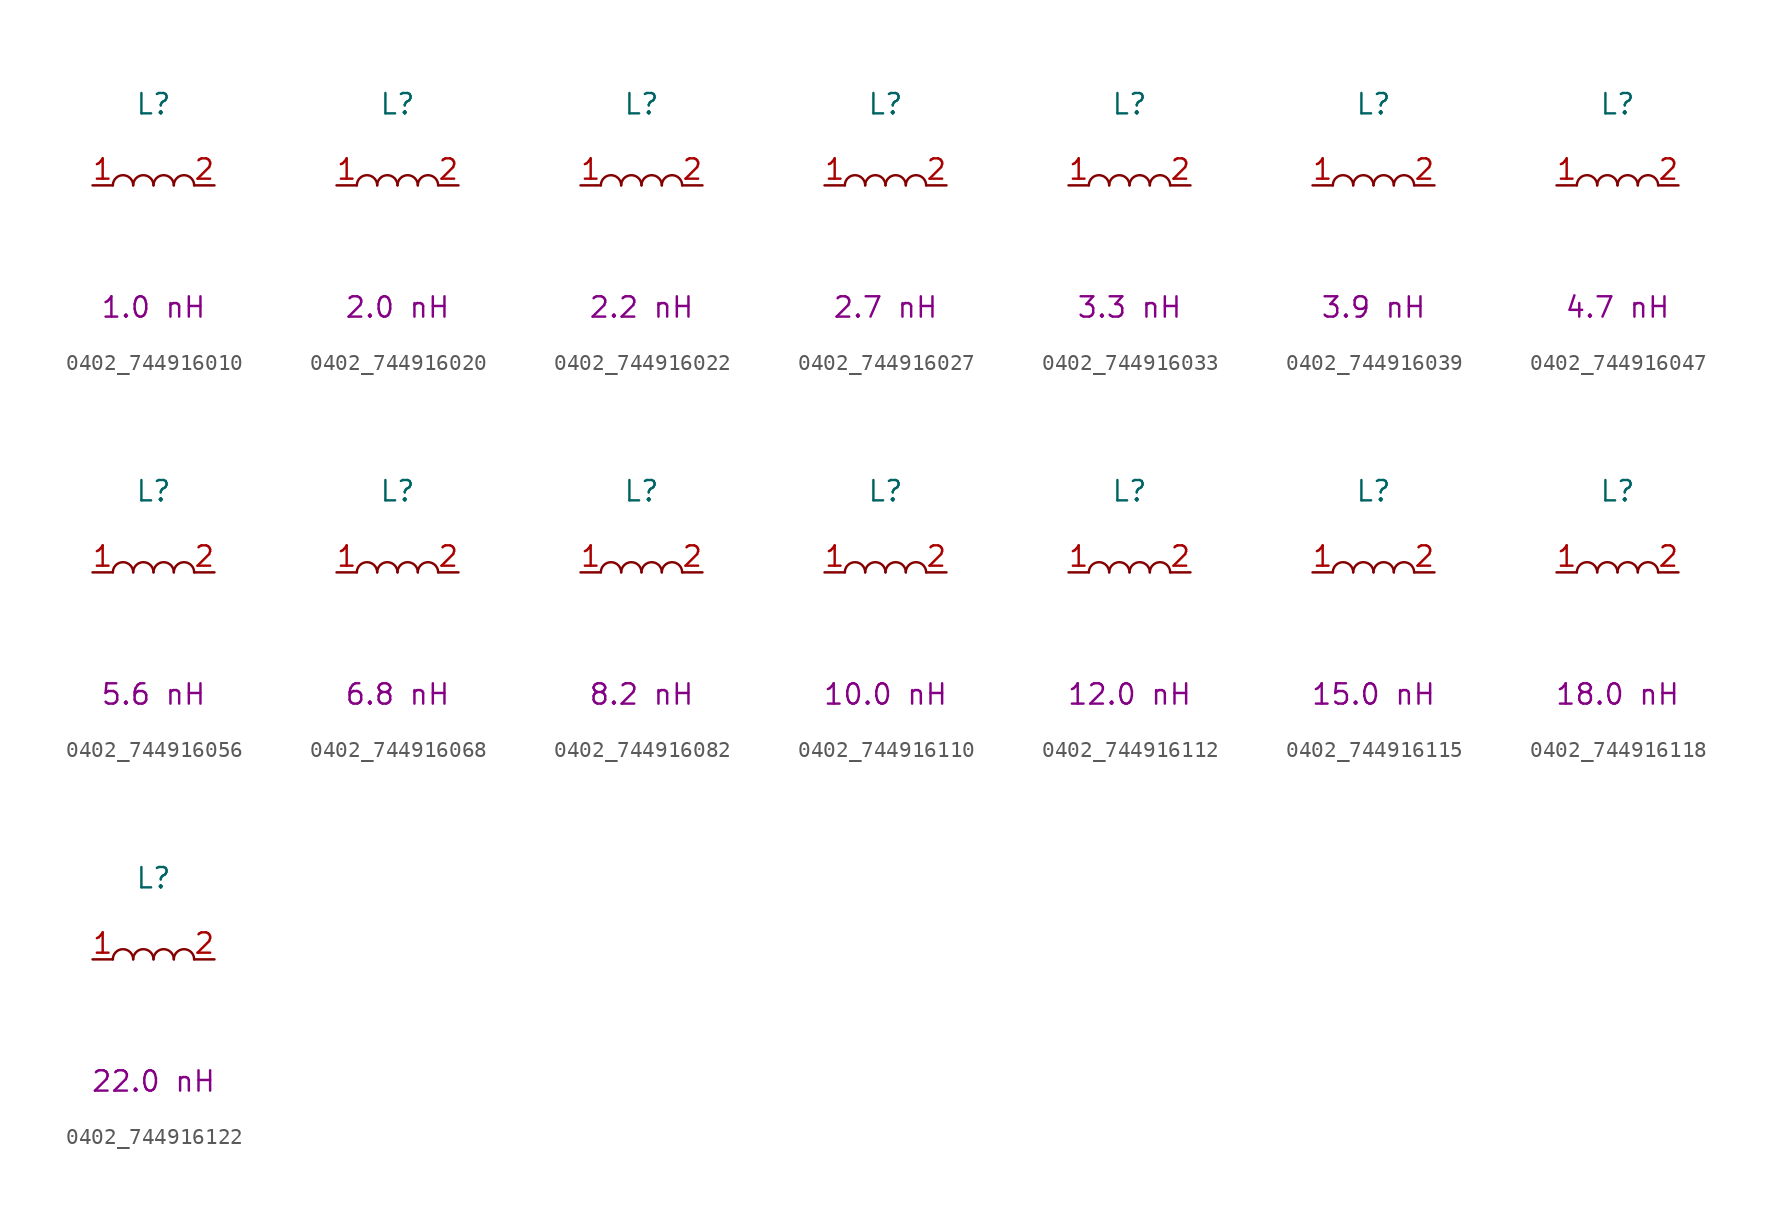
<source format=kicad_sym>
(kicad_symbol_lib
  (version 20220914)
  (generator kicad_symbol_editor)
  (symbol "0402_744916010"
    (pin_names hide)
    (property "Reference" "L"
      (at 0 5.08 0)
      (effects (font (size 1.27 1.27))))
    (property "Critical Parameter" "1.0 nH"
      (at 0 -7.62 0)
      (effects (font (size 1.27 1.27))))
    (symbol "0402_744916010_0_1"
      (arc (start -1.27 0) (mid -1.905 0.6323) (end -2.54 0) (stroke (width 0) (type default)) (fill (type none)))
      (arc (start 0 0) (mid -0.635 0.6323) (end -1.27 0) (stroke (width 0) (type default)) (fill (type none)))
      (arc (start 1.27 0) (mid 0.635 0.6323) (end 0 0) (stroke (width 0) (type default)) (fill (type none)))
      (arc (start 2.54 0) (mid 1.905 0.6323) (end 1.27 0) (stroke (width 0) (type default)) (fill (type none))))
    (symbol "0402_744916010_1_1"
      (pin passive line (at -3.81 0 0) (length 1.27) (name "1" (effects (font (size 1.27 1.27)))) (number "1" (effects (font (size 1.27 1.27)))))
      (pin passive line (at 3.81 0 180) (length 1.27) (name "2" (effects (font (size 1.27 1.27)))) (number "2" (effects (font (size 1.27 1.27)))))))
  (symbol "0402_744916020"
    (pin_names hide)
    (property "Reference" "L"
      (at 0 5.08 0)
      (effects (font (size 1.27 1.27))))
    (property "Critical Parameter" "2.0 nH"
      (at 0 -7.62 0)
      (effects (font (size 1.27 1.27))))
    (symbol "0402_744916020_0_1"
      (arc (start -1.27 0) (mid -1.905 0.6323) (end -2.54 0) (stroke (width 0) (type default)) (fill (type none)))
      (arc (start 0 0) (mid -0.635 0.6323) (end -1.27 0) (stroke (width 0) (type default)) (fill (type none)))
      (arc (start 1.27 0) (mid 0.635 0.6323) (end 0 0) (stroke (width 0) (type default)) (fill (type none)))
      (arc (start 2.54 0) (mid 1.905 0.6323) (end 1.27 0) (stroke (width 0) (type default)) (fill (type none))))
    (symbol "0402_744916020_1_1"
      (pin passive line (at -3.81 0 0) (length 1.27) (name "1" (effects (font (size 1.27 1.27)))) (number "1" (effects (font (size 1.27 1.27)))))
      (pin passive line (at 3.81 0 180) (length 1.27) (name "2" (effects (font (size 1.27 1.27)))) (number "2" (effects (font (size 1.27 1.27)))))))
  (symbol "0402_744916022"
    (pin_names hide)
    (property "Reference" "L"
      (at 0 5.08 0)
      (effects (font (size 1.27 1.27))))
    (property "Critical Parameter" "2.2 nH"
      (at 0 -7.62 0)
      (effects (font (size 1.27 1.27))))
    (symbol "0402_744916022_0_1"
      (arc (start -1.27 0) (mid -1.905 0.6323) (end -2.54 0) (stroke (width 0) (type default)) (fill (type none)))
      (arc (start 0 0) (mid -0.635 0.6323) (end -1.27 0) (stroke (width 0) (type default)) (fill (type none)))
      (arc (start 1.27 0) (mid 0.635 0.6323) (end 0 0) (stroke (width 0) (type default)) (fill (type none)))
      (arc (start 2.54 0) (mid 1.905 0.6323) (end 1.27 0) (stroke (width 0) (type default)) (fill (type none))))
    (symbol "0402_744916022_1_1"
      (pin passive line (at -3.81 0 0) (length 1.27) (name "1" (effects (font (size 1.27 1.27)))) (number "1" (effects (font (size 1.27 1.27)))))
      (pin passive line (at 3.81 0 180) (length 1.27) (name "2" (effects (font (size 1.27 1.27)))) (number "2" (effects (font (size 1.27 1.27)))))))
  (symbol "0402_744916027"
    (pin_names hide)
    (property "Reference" "L"
      (at 0 5.08 0)
      (effects (font (size 1.27 1.27))))
    (property "Critical Parameter" "2.7 nH"
      (at 0 -7.62 0)
      (effects (font (size 1.27 1.27))))
    (symbol "0402_744916027_0_1"
      (arc (start -1.27 0) (mid -1.905 0.6323) (end -2.54 0) (stroke (width 0) (type default)) (fill (type none)))
      (arc (start 0 0) (mid -0.635 0.6323) (end -1.27 0) (stroke (width 0) (type default)) (fill (type none)))
      (arc (start 1.27 0) (mid 0.635 0.6323) (end 0 0) (stroke (width 0) (type default)) (fill (type none)))
      (arc (start 2.54 0) (mid 1.905 0.6323) (end 1.27 0) (stroke (width 0) (type default)) (fill (type none))))
    (symbol "0402_744916027_1_1"
      (pin passive line (at -3.81 0 0) (length 1.27) (name "1" (effects (font (size 1.27 1.27)))) (number "1" (effects (font (size 1.27 1.27)))))
      (pin passive line (at 3.81 0 180) (length 1.27) (name "2" (effects (font (size 1.27 1.27)))) (number "2" (effects (font (size 1.27 1.27)))))))
  (symbol "0402_744916033"
    (pin_names hide)
    (property "Reference" "L"
      (at 0 5.08 0)
      (effects (font (size 1.27 1.27))))
    (property "Critical Parameter" "3.3 nH"
      (at 0 -7.62 0)
      (effects (font (size 1.27 1.27))))
    (symbol "0402_744916033_0_1"
      (arc (start -1.27 0) (mid -1.905 0.6323) (end -2.54 0) (stroke (width 0) (type default)) (fill (type none)))
      (arc (start 0 0) (mid -0.635 0.6323) (end -1.27 0) (stroke (width 0) (type default)) (fill (type none)))
      (arc (start 1.27 0) (mid 0.635 0.6323) (end 0 0) (stroke (width 0) (type default)) (fill (type none)))
      (arc (start 2.54 0) (mid 1.905 0.6323) (end 1.27 0) (stroke (width 0) (type default)) (fill (type none))))
    (symbol "0402_744916033_1_1"
      (pin passive line (at -3.81 0 0) (length 1.27) (name "1" (effects (font (size 1.27 1.27)))) (number "1" (effects (font (size 1.27 1.27)))))
      (pin passive line (at 3.81 0 180) (length 1.27) (name "2" (effects (font (size 1.27 1.27)))) (number "2" (effects (font (size 1.27 1.27)))))))
  (symbol "0402_744916039"
    (pin_names hide)
    (property "Reference" "L"
      (at 0 5.08 0)
      (effects (font (size 1.27 1.27))))
    (property "Critical Parameter" "3.9 nH"
      (at 0 -7.62 0)
      (effects (font (size 1.27 1.27))))
    (symbol "0402_744916039_0_1"
      (arc (start -1.27 0) (mid -1.905 0.6323) (end -2.54 0) (stroke (width 0) (type default)) (fill (type none)))
      (arc (start 0 0) (mid -0.635 0.6323) (end -1.27 0) (stroke (width 0) (type default)) (fill (type none)))
      (arc (start 1.27 0) (mid 0.635 0.6323) (end 0 0) (stroke (width 0) (type default)) (fill (type none)))
      (arc (start 2.54 0) (mid 1.905 0.6323) (end 1.27 0) (stroke (width 0) (type default)) (fill (type none))))
    (symbol "0402_744916039_1_1"
      (pin passive line (at -3.81 0 0) (length 1.27) (name "1" (effects (font (size 1.27 1.27)))) (number "1" (effects (font (size 1.27 1.27)))))
      (pin passive line (at 3.81 0 180) (length 1.27) (name "2" (effects (font (size 1.27 1.27)))) (number "2" (effects (font (size 1.27 1.27)))))))
  (symbol "0402_744916047"
    (pin_names hide)
    (property "Reference" "L"
      (at 0 5.08 0)
      (effects (font (size 1.27 1.27))))
    (property "Critical Parameter" "4.7 nH"
      (at 0 -7.62 0)
      (effects (font (size 1.27 1.27))))
    (symbol "0402_744916047_0_1"
      (arc (start -1.27 0) (mid -1.905 0.6323) (end -2.54 0) (stroke (width 0) (type default)) (fill (type none)))
      (arc (start 0 0) (mid -0.635 0.6323) (end -1.27 0) (stroke (width 0) (type default)) (fill (type none)))
      (arc (start 1.27 0) (mid 0.635 0.6323) (end 0 0) (stroke (width 0) (type default)) (fill (type none)))
      (arc (start 2.54 0) (mid 1.905 0.6323) (end 1.27 0) (stroke (width 0) (type default)) (fill (type none))))
    (symbol "0402_744916047_1_1"
      (pin passive line (at -3.81 0 0) (length 1.27) (name "1" (effects (font (size 1.27 1.27)))) (number "1" (effects (font (size 1.27 1.27)))))
      (pin passive line (at 3.81 0 180) (length 1.27) (name "2" (effects (font (size 1.27 1.27)))) (number "2" (effects (font (size 1.27 1.27)))))))
  (symbol "0402_744916056"
    (pin_names hide)
    (property "Reference" "L"
      (at 0 5.08 0)
      (effects (font (size 1.27 1.27))))
    (property "Critical Parameter" "5.6 nH"
      (at 0 -7.62 0)
      (effects (font (size 1.27 1.27))))
    (symbol "0402_744916056_0_1"
      (arc (start -1.27 0) (mid -1.905 0.6323) (end -2.54 0) (stroke (width 0) (type default)) (fill (type none)))
      (arc (start 0 0) (mid -0.635 0.6323) (end -1.27 0) (stroke (width 0) (type default)) (fill (type none)))
      (arc (start 1.27 0) (mid 0.635 0.6323) (end 0 0) (stroke (width 0) (type default)) (fill (type none)))
      (arc (start 2.54 0) (mid 1.905 0.6323) (end 1.27 0) (stroke (width 0) (type default)) (fill (type none))))
    (symbol "0402_744916056_1_1"
      (pin passive line (at -3.81 0 0) (length 1.27) (name "1" (effects (font (size 1.27 1.27)))) (number "1" (effects (font (size 1.27 1.27)))))
      (pin passive line (at 3.81 0 180) (length 1.27) (name "2" (effects (font (size 1.27 1.27)))) (number "2" (effects (font (size 1.27 1.27)))))))
  (symbol "0402_744916068"
    (pin_names hide)
    (property "Reference" "L"
      (at 0 5.08 0)
      (effects (font (size 1.27 1.27))))
    (property "Critical Parameter" "6.8 nH"
      (at 0 -7.62 0)
      (effects (font (size 1.27 1.27))))
    (symbol "0402_744916068_0_1"
      (arc (start -1.27 0) (mid -1.905 0.6323) (end -2.54 0) (stroke (width 0) (type default)) (fill (type none)))
      (arc (start 0 0) (mid -0.635 0.6323) (end -1.27 0) (stroke (width 0) (type default)) (fill (type none)))
      (arc (start 1.27 0) (mid 0.635 0.6323) (end 0 0) (stroke (width 0) (type default)) (fill (type none)))
      (arc (start 2.54 0) (mid 1.905 0.6323) (end 1.27 0) (stroke (width 0) (type default)) (fill (type none))))
    (symbol "0402_744916068_1_1"
      (pin passive line (at -3.81 0 0) (length 1.27) (name "1" (effects (font (size 1.27 1.27)))) (number "1" (effects (font (size 1.27 1.27)))))
      (pin passive line (at 3.81 0 180) (length 1.27) (name "2" (effects (font (size 1.27 1.27)))) (number "2" (effects (font (size 1.27 1.27)))))))
  (symbol "0402_744916082"
    (pin_names hide)
    (property "Reference" "L"
      (at 0 5.08 0)
      (effects (font (size 1.27 1.27))))
    (property "Critical Parameter" "8.2 nH"
      (at 0 -7.62 0)
      (effects (font (size 1.27 1.27))))
    (symbol "0402_744916082_0_1"
      (arc (start -1.27 0) (mid -1.905 0.6323) (end -2.54 0) (stroke (width 0) (type default)) (fill (type none)))
      (arc (start 0 0) (mid -0.635 0.6323) (end -1.27 0) (stroke (width 0) (type default)) (fill (type none)))
      (arc (start 1.27 0) (mid 0.635 0.6323) (end 0 0) (stroke (width 0) (type default)) (fill (type none)))
      (arc (start 2.54 0) (mid 1.905 0.6323) (end 1.27 0) (stroke (width 0) (type default)) (fill (type none))))
    (symbol "0402_744916082_1_1"
      (pin passive line (at -3.81 0 0) (length 1.27) (name "1" (effects (font (size 1.27 1.27)))) (number "1" (effects (font (size 1.27 1.27)))))
      (pin passive line (at 3.81 0 180) (length 1.27) (name "2" (effects (font (size 1.27 1.27)))) (number "2" (effects (font (size 1.27 1.27)))))))
  (symbol "0402_744916110"
    (pin_names hide)
    (property "Reference" "L"
      (at 0 5.08 0)
      (effects (font (size 1.27 1.27))))
    (property "Critical Parameter" "10.0 nH"
      (at 0 -7.62 0)
      (effects (font (size 1.27 1.27))))
    (symbol "0402_744916110_0_1"
      (arc (start -1.27 0) (mid -1.905 0.6323) (end -2.54 0) (stroke (width 0) (type default)) (fill (type none)))
      (arc (start 0 0) (mid -0.635 0.6323) (end -1.27 0) (stroke (width 0) (type default)) (fill (type none)))
      (arc (start 1.27 0) (mid 0.635 0.6323) (end 0 0) (stroke (width 0) (type default)) (fill (type none)))
      (arc (start 2.54 0) (mid 1.905 0.6323) (end 1.27 0) (stroke (width 0) (type default)) (fill (type none))))
    (symbol "0402_744916110_1_1"
      (pin passive line (at -3.81 0 0) (length 1.27) (name "1" (effects (font (size 1.27 1.27)))) (number "1" (effects (font (size 1.27 1.27)))))
      (pin passive line (at 3.81 0 180) (length 1.27) (name "2" (effects (font (size 1.27 1.27)))) (number "2" (effects (font (size 1.27 1.27)))))))
  (symbol "0402_744916112"
    (pin_names hide)
    (property "Reference" "L"
      (at 0 5.08 0)
      (effects (font (size 1.27 1.27))))
    (property "Critical Parameter" "12.0 nH"
      (at 0 -7.62 0)
      (effects (font (size 1.27 1.27))))
    (symbol "0402_744916112_0_1"
      (arc (start -1.27 0) (mid -1.905 0.6323) (end -2.54 0) (stroke (width 0) (type default)) (fill (type none)))
      (arc (start 0 0) (mid -0.635 0.6323) (end -1.27 0) (stroke (width 0) (type default)) (fill (type none)))
      (arc (start 1.27 0) (mid 0.635 0.6323) (end 0 0) (stroke (width 0) (type default)) (fill (type none)))
      (arc (start 2.54 0) (mid 1.905 0.6323) (end 1.27 0) (stroke (width 0) (type default)) (fill (type none))))
    (symbol "0402_744916112_1_1"
      (pin passive line (at -3.81 0 0) (length 1.27) (name "1" (effects (font (size 1.27 1.27)))) (number "1" (effects (font (size 1.27 1.27)))))
      (pin passive line (at 3.81 0 180) (length 1.27) (name "2" (effects (font (size 1.27 1.27)))) (number "2" (effects (font (size 1.27 1.27)))))))
  (symbol "0402_744916115"
    (pin_names hide)
    (property "Reference" "L"
      (at 0 5.08 0)
      (effects (font (size 1.27 1.27))))
    (property "Critical Parameter" "15.0 nH"
      (at 0 -7.62 0)
      (effects (font (size 1.27 1.27))))
    (symbol "0402_744916115_0_1"
      (arc (start -1.27 0) (mid -1.905 0.6323) (end -2.54 0) (stroke (width 0) (type default)) (fill (type none)))
      (arc (start 0 0) (mid -0.635 0.6323) (end -1.27 0) (stroke (width 0) (type default)) (fill (type none)))
      (arc (start 1.27 0) (mid 0.635 0.6323) (end 0 0) (stroke (width 0) (type default)) (fill (type none)))
      (arc (start 2.54 0) (mid 1.905 0.6323) (end 1.27 0) (stroke (width 0) (type default)) (fill (type none))))
    (symbol "0402_744916115_1_1"
      (pin passive line (at -3.81 0 0) (length 1.27) (name "1" (effects (font (size 1.27 1.27)))) (number "1" (effects (font (size 1.27 1.27)))))
      (pin passive line (at 3.81 0 180) (length 1.27) (name "2" (effects (font (size 1.27 1.27)))) (number "2" (effects (font (size 1.27 1.27)))))))
  (symbol "0402_744916118"
    (pin_names hide)
    (property "Reference" "L"
      (at 0 5.08 0)
      (effects (font (size 1.27 1.27))))
    (property "Critical Parameter" "18.0 nH"
      (at 0 -7.62 0)
      (effects (font (size 1.27 1.27))))
    (symbol "0402_744916118_0_1"
      (arc (start -1.27 0) (mid -1.905 0.6323) (end -2.54 0) (stroke (width 0) (type default)) (fill (type none)))
      (arc (start 0 0) (mid -0.635 0.6323) (end -1.27 0) (stroke (width 0) (type default)) (fill (type none)))
      (arc (start 1.27 0) (mid 0.635 0.6323) (end 0 0) (stroke (width 0) (type default)) (fill (type none)))
      (arc (start 2.54 0) (mid 1.905 0.6323) (end 1.27 0) (stroke (width 0) (type default)) (fill (type none))))
    (symbol "0402_744916118_1_1"
      (pin passive line (at -3.81 0 0) (length 1.27) (name "1" (effects (font (size 1.27 1.27)))) (number "1" (effects (font (size 1.27 1.27)))))
      (pin passive line (at 3.81 0 180) (length 1.27) (name "2" (effects (font (size 1.27 1.27)))) (number "2" (effects (font (size 1.27 1.27)))))))
  (symbol "0402_744916122"
    (pin_names hide)
    (property "Reference" "L"
      (at 0 5.08 0)
      (effects (font (size 1.27 1.27))))
    (property "Critical Parameter" "22.0 nH"
      (at 0 -7.62 0)
      (effects (font (size 1.27 1.27))))
    (symbol "0402_744916122_0_1"
      (arc (start -1.27 0) (mid -1.905 0.6323) (end -2.54 0) (stroke (width 0) (type default)) (fill (type none)))
      (arc (start 0 0) (mid -0.635 0.6323) (end -1.27 0) (stroke (width 0) (type default)) (fill (type none)))
      (arc (start 1.27 0) (mid 0.635 0.6323) (end 0 0) (stroke (width 0) (type default)) (fill (type none)))
      (arc (start 2.54 0) (mid 1.905 0.6323) (end 1.27 0) (stroke (width 0) (type default)) (fill (type none))))
    (symbol "0402_744916122_1_1"
      (pin passive line (at -3.81 0 0) (length 1.27) (name "1" (effects (font (size 1.27 1.27)))) (number "1" (effects (font (size 1.27 1.27)))))
      (pin passive line (at 3.81 0 180) (length 1.27) (name "2" (effects (font (size 1.27 1.27)))) (number "2" (effects (font (size 1.27 1.27))))))))
</source>
